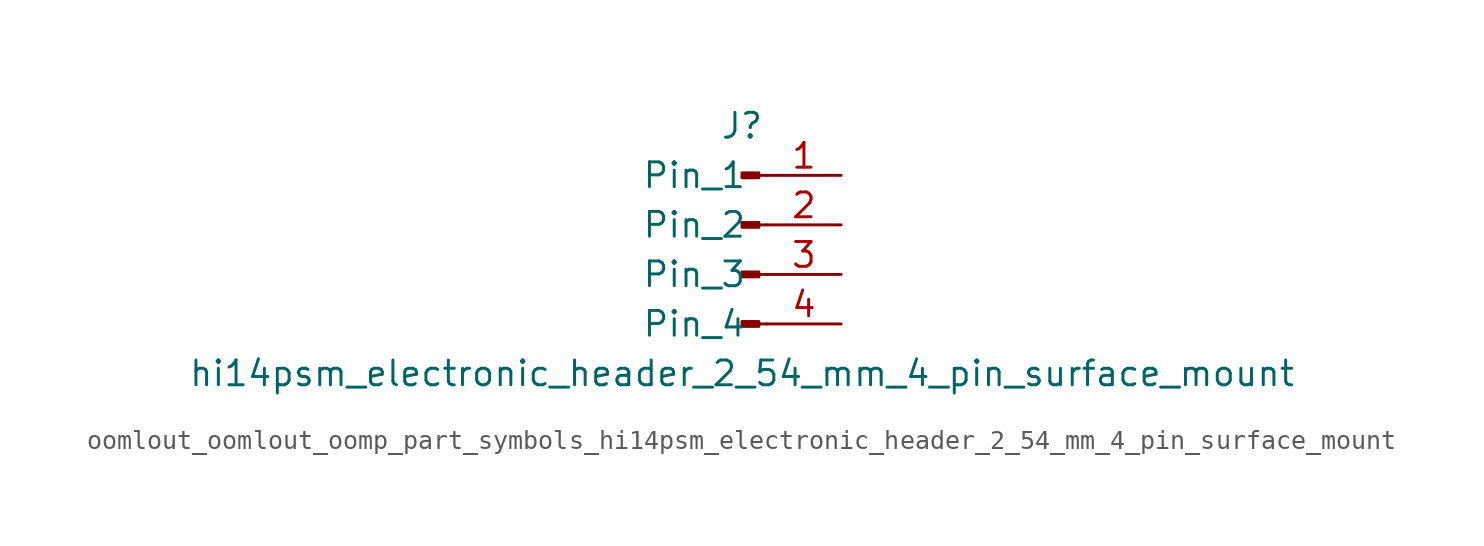
<source format=kicad_sym>
(kicad_symbol_lib
  (version 20220914)
  (generator kicad_symbol_editor)
  (symbol "oomlout_oomlout_oomp_part_symbols_hi14psm_electronic_header_2_54_mm_4_pin_surface_mount"
    (pin_names
      (offset 1.016))
    (property "Reference" "J"
      (at 0 5.08 0)
      (effects (font (size 1.27 1.27))))
    (property "Value" "hi14psm_electronic_header_2_54_mm_4_pin_surface_mount"
      (at 0 -7.62 0)
      (effects (font (size 1.27 1.27))))
    (property "ki_locked" ""
      (at 0 0 0)
      (effects (font (size 1.27 1.27))))
    (symbol "oomlout_oomlout_oomp_part_symbols_hi14psm_electronic_header_2_54_mm_4_pin_surface_mount_1_1"
      (polyline (pts (xy 1.27 -5.08) (xy 0.864 -5.08)) (stroke (width 0.152) (type default)) (fill (type none)))
      (polyline (pts (xy 1.27 -2.54) (xy 0.864 -2.54)) (stroke (width 0.152) (type default)) (fill (type none)))
      (polyline (pts (xy 1.27 0) (xy 0.864 0)) (stroke (width 0.152) (type default)) (fill (type none)))
      (polyline (pts (xy 1.27 2.54) (xy 0.864 2.54)) (stroke (width 0.152) (type default)) (fill (type none)))
      (rectangle (start 0.864 -4.953) (end 0 -5.207) (stroke (width 0.152) (type default)) (fill (type outline)))
      (rectangle (start 0.864 -2.413) (end 0 -2.667) (stroke (width 0.152) (type default)) (fill (type outline)))
      (rectangle (start 0.864 0.127) (end 0 -0.127) (stroke (width 0.152) (type default)) (fill (type outline)))
      (rectangle (start 0.864 2.667) (end 0 2.413) (stroke (width 0.152) (type default)) (fill (type outline)))
      (pin passive line (at 5.08 2.54 180) (length 3.81) (name "Pin_1" (effects (font (size 1.27 1.27)))) (number "1" (effects (font (size 1.27 1.27)))))
      (pin passive line (at 5.08 0 180) (length 3.81) (name "Pin_2" (effects (font (size 1.27 1.27)))) (number "2" (effects (font (size 1.27 1.27)))))
      (pin passive line (at 5.08 -2.54 180) (length 3.81) (name "Pin_3" (effects (font (size 1.27 1.27)))) (number "3" (effects (font (size 1.27 1.27)))))
      (pin passive line (at 5.08 -5.08 180) (length 3.81) (name "Pin_4" (effects (font (size 1.27 1.27)))) (number "4" (effects (font (size 1.27 1.27))))))))
</source>
